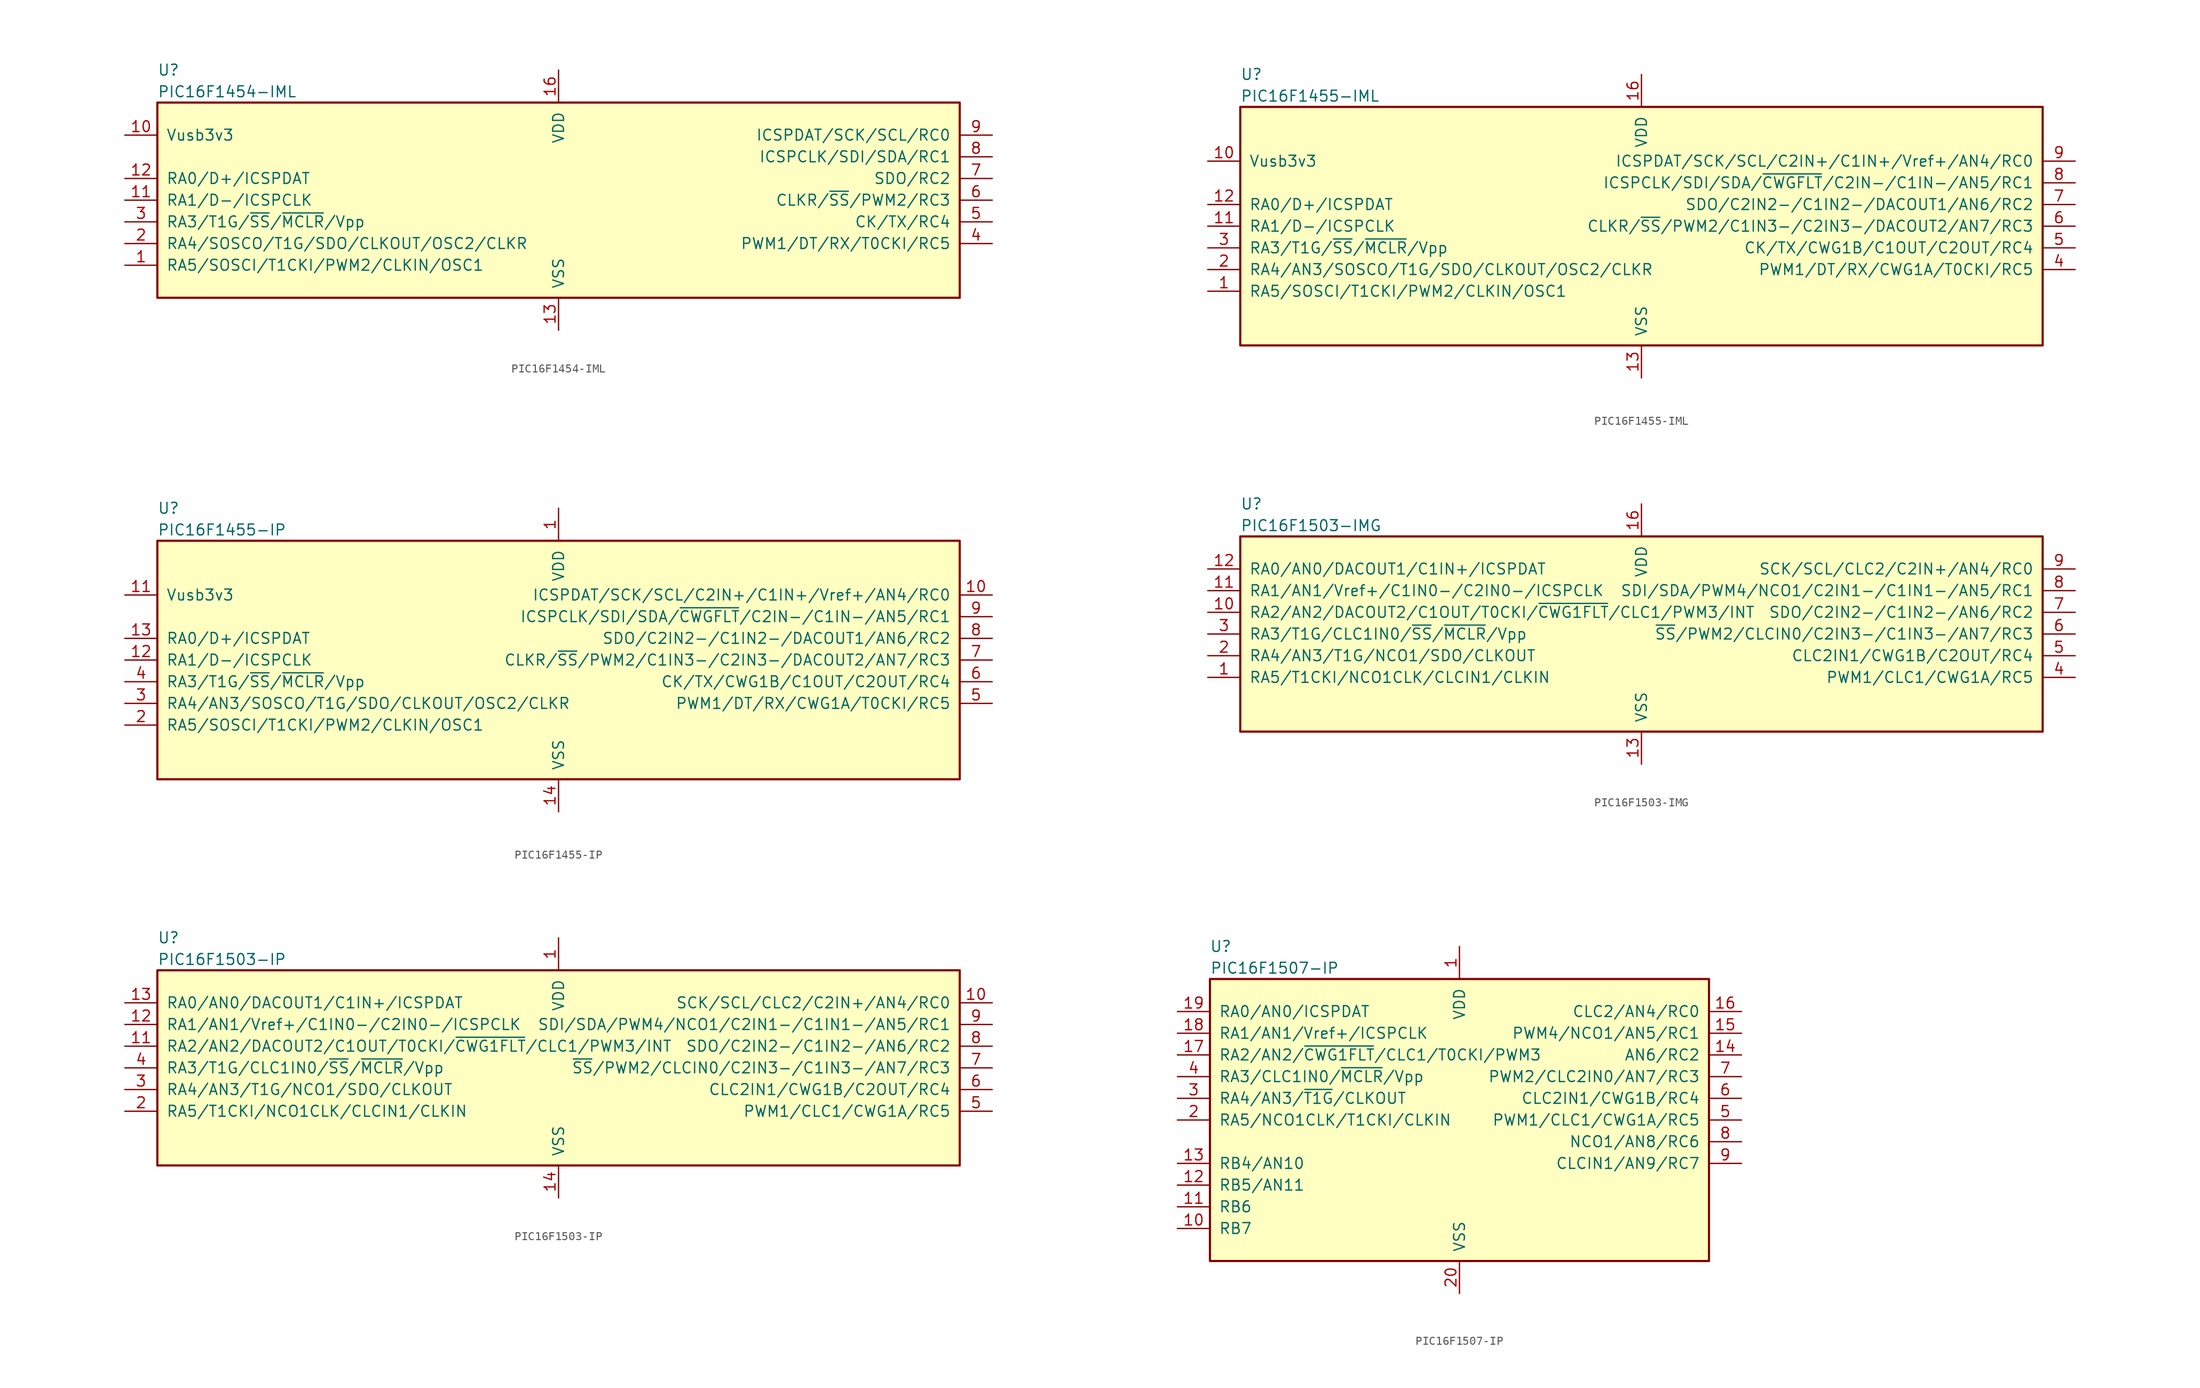
<source format=kicad_sym>
(kicad_symbol_lib
  (version 20211014)
  (generator kicad_symbol_editor)
  (symbol "PIC16F1454-IML"
    (pin_names
      (offset 1.016))
    (property "Reference" "U"
      (at -46.99 15.24 0)
      (effects (font (size 1.27 1.27)) (justify left)))
    (property "Value" "PIC16F1454-IML"
      (at -46.99 12.7 0)
      (effects (font (size 1.27 1.27)) (justify left)))
    (symbol "PIC16F1454-IML_0_1"
      (rectangle (start -46.99 11.43) (end 46.99 -11.43) (stroke (width 0.254) (type default) (color 0 0 0 0)) (fill (type background))))
    (symbol "PIC16F1454-IML_1_1"
      (pin bidirectional line (at -50.8 -7.62 0) (length 3.81) (name "RA5/SOSCI/T1CKI/PWM2/CLKIN/OSC1" (effects (font (size 1.27 1.27)))) (number "1" (effects (font (size 1.27 1.27)))))
      (pin bidirectional line (at -50.8 7.62 0) (length 3.81) (name "Vusb3v3" (effects (font (size 1.27 1.27)))) (number "10" (effects (font (size 1.27 1.27)))))
      (pin bidirectional line (at -50.8 0 0) (length 3.81) (name "RA1/D-/ICSPCLK" (effects (font (size 1.27 1.27)))) (number "11" (effects (font (size 1.27 1.27)))))
      (pin bidirectional line (at -50.8 2.54 0) (length 3.81) (name "RA0/D+/ICSPDAT" (effects (font (size 1.27 1.27)))) (number "12" (effects (font (size 1.27 1.27)))))
      (pin power_in line (at 0 -15.24 90) (length 3.81) (name "VSS" (effects (font (size 1.27 1.27)))) (number "13" (effects (font (size 1.27 1.27)))))
      (pin power_in line (at 0 15.24 270) (length 3.81) (name "VDD" (effects (font (size 1.27 1.27)))) (number "16" (effects (font (size 1.27 1.27)))))
      (pin bidirectional line (at -50.8 -5.08 0) (length 3.81) (name "RA4/SOSCO/T1G/SDO/CLKOUT/OSC2/CLKR" (effects (font (size 1.27 1.27)))) (number "2" (effects (font (size 1.27 1.27)))))
      (pin input line (at -50.8 -2.54 0) (length 3.81) (name "RA3/T1G/~{SS}/~{MCLR}/Vpp" (effects (font (size 1.27 1.27)))) (number "3" (effects (font (size 1.27 1.27)))))
      (pin bidirectional line (at 50.8 -5.08 180) (length 3.81) (name "PWM1/DT/RX/T0CKI/RC5" (effects (font (size 1.27 1.27)))) (number "4" (effects (font (size 1.27 1.27)))))
      (pin bidirectional line (at 50.8 -2.54 180) (length 3.81) (name "CK/TX/RC4" (effects (font (size 1.27 1.27)))) (number "5" (effects (font (size 1.27 1.27)))))
      (pin bidirectional line (at 50.8 0 180) (length 3.81) (name "CLKR/~{SS}/PWM2/RC3" (effects (font (size 1.27 1.27)))) (number "6" (effects (font (size 1.27 1.27)))))
      (pin bidirectional line (at 50.8 2.54 180) (length 3.81) (name "SDO/RC2" (effects (font (size 1.27 1.27)))) (number "7" (effects (font (size 1.27 1.27)))))
      (pin bidirectional line (at 50.8 5.08 180) (length 3.81) (name "ICSPCLK/SDI/SDA/RC1" (effects (font (size 1.27 1.27)))) (number "8" (effects (font (size 1.27 1.27)))))
      (pin bidirectional line (at 50.8 7.62 180) (length 3.81) (name "ICSPDAT/SCK/SCL/RC0" (effects (font (size 1.27 1.27)))) (number "9" (effects (font (size 1.27 1.27)))))))
  (symbol "PIC16F1455-IML"
    (pin_names
      (offset 1.016))
    (property "Reference" "U"
      (at -46.99 17.78 0)
      (effects (font (size 1.27 1.27)) (justify left)))
    (property "Value" "PIC16F1455-IML"
      (at -46.99 15.24 0)
      (effects (font (size 1.27 1.27)) (justify left)))
    (symbol "PIC16F1455-IML_0_1"
      (rectangle (start -46.99 13.97) (end 46.99 -13.97) (stroke (width 0.254) (type default) (color 0 0 0 0)) (fill (type background))))
    (symbol "PIC16F1455-IML_1_1"
      (pin bidirectional line (at -50.8 -7.62 0) (length 3.81) (name "RA5/SOSCI/T1CKI/PWM2/CLKIN/OSC1" (effects (font (size 1.27 1.27)))) (number "1" (effects (font (size 1.27 1.27)))))
      (pin bidirectional line (at -50.8 7.62 0) (length 3.81) (name "Vusb3v3" (effects (font (size 1.27 1.27)))) (number "10" (effects (font (size 1.27 1.27)))))
      (pin bidirectional line (at -50.8 0 0) (length 3.81) (name "RA1/D-/ICSPCLK" (effects (font (size 1.27 1.27)))) (number "11" (effects (font (size 1.27 1.27)))))
      (pin bidirectional line (at -50.8 2.54 0) (length 3.81) (name "RA0/D+/ICSPDAT" (effects (font (size 1.27 1.27)))) (number "12" (effects (font (size 1.27 1.27)))))
      (pin power_in line (at 0 -17.78 90) (length 3.81) (name "VSS" (effects (font (size 1.27 1.27)))) (number "13" (effects (font (size 1.27 1.27)))))
      (pin power_in line (at 0 17.78 270) (length 3.81) (name "VDD" (effects (font (size 1.27 1.27)))) (number "16" (effects (font (size 1.27 1.27)))))
      (pin bidirectional line (at -50.8 -5.08 0) (length 3.81) (name "RA4/AN3/SOSCO/T1G/SDO/CLKOUT/OSC2/CLKR" (effects (font (size 1.27 1.27)))) (number "2" (effects (font (size 1.27 1.27)))))
      (pin input line (at -50.8 -2.54 0) (length 3.81) (name "RA3/T1G/~{SS}/~{MCLR}/Vpp" (effects (font (size 1.27 1.27)))) (number "3" (effects (font (size 1.27 1.27)))))
      (pin bidirectional line (at 50.8 -5.08 180) (length 3.81) (name "PWM1/DT/RX/CWG1A/T0CKI/RC5" (effects (font (size 1.27 1.27)))) (number "4" (effects (font (size 1.27 1.27)))))
      (pin bidirectional line (at 50.8 -2.54 180) (length 3.81) (name "CK/TX/CWG1B/C1OUT/C2OUT/RC4" (effects (font (size 1.27 1.27)))) (number "5" (effects (font (size 1.27 1.27)))))
      (pin bidirectional line (at 50.8 0 180) (length 3.81) (name "CLKR/~{SS}/PWM2/C1IN3-/C2IN3-/DACOUT2/AN7/RC3" (effects (font (size 1.27 1.27)))) (number "6" (effects (font (size 1.27 1.27)))))
      (pin bidirectional line (at 50.8 2.54 180) (length 3.81) (name "SDO/C2IN2-/C1IN2-/DACOUT1/AN6/RC2" (effects (font (size 1.27 1.27)))) (number "7" (effects (font (size 1.27 1.27)))))
      (pin bidirectional line (at 50.8 5.08 180) (length 3.81) (name "ICSPCLK/SDI/SDA/~{CWGFLT}/C2IN-/C1IN-/AN5/RC1" (effects (font (size 1.27 1.27)))) (number "8" (effects (font (size 1.27 1.27)))))
      (pin bidirectional line (at 50.8 7.62 180) (length 3.81) (name "ICSPDAT/SCK/SCL/C2IN+/C1IN+/Vref+/AN4/RC0" (effects (font (size 1.27 1.27)))) (number "9" (effects (font (size 1.27 1.27)))))))
  (symbol "PIC16F1455-IP"
    (pin_names
      (offset 1.016))
    (property "Reference" "U"
      (at -46.99 17.78 0)
      (effects (font (size 1.27 1.27)) (justify left)))
    (property "Value" "PIC16F1455-IP"
      (at -46.99 15.24 0)
      (effects (font (size 1.27 1.27)) (justify left)))
    (symbol "PIC16F1455-IP_0_1"
      (rectangle (start -46.99 13.97) (end 46.99 -13.97) (stroke (width 0.254) (type default) (color 0 0 0 0)) (fill (type background))))
    (symbol "PIC16F1455-IP_1_1"
      (pin power_in line (at 0 17.78 270) (length 3.81) (name "VDD" (effects (font (size 1.27 1.27)))) (number "1" (effects (font (size 1.27 1.27)))))
      (pin bidirectional line (at 50.8 7.62 180) (length 3.81) (name "ICSPDAT/SCK/SCL/C2IN+/C1IN+/Vref+/AN4/RC0" (effects (font (size 1.27 1.27)))) (number "10" (effects (font (size 1.27 1.27)))))
      (pin bidirectional line (at -50.8 7.62 0) (length 3.81) (name "Vusb3v3" (effects (font (size 1.27 1.27)))) (number "11" (effects (font (size 1.27 1.27)))))
      (pin bidirectional line (at -50.8 0 0) (length 3.81) (name "RA1/D-/ICSPCLK" (effects (font (size 1.27 1.27)))) (number "12" (effects (font (size 1.27 1.27)))))
      (pin bidirectional line (at -50.8 2.54 0) (length 3.81) (name "RA0/D+/ICSPDAT" (effects (font (size 1.27 1.27)))) (number "13" (effects (font (size 1.27 1.27)))))
      (pin power_in line (at 0 -17.78 90) (length 3.81) (name "VSS" (effects (font (size 1.27 1.27)))) (number "14" (effects (font (size 1.27 1.27)))))
      (pin bidirectional line (at -50.8 -7.62 0) (length 3.81) (name "RA5/SOSCI/T1CKI/PWM2/CLKIN/OSC1" (effects (font (size 1.27 1.27)))) (number "2" (effects (font (size 1.27 1.27)))))
      (pin bidirectional line (at -50.8 -5.08 0) (length 3.81) (name "RA4/AN3/SOSCO/T1G/SDO/CLKOUT/OSC2/CLKR" (effects (font (size 1.27 1.27)))) (number "3" (effects (font (size 1.27 1.27)))))
      (pin input line (at -50.8 -2.54 0) (length 3.81) (name "RA3/T1G/~{SS}/~{MCLR}/Vpp" (effects (font (size 1.27 1.27)))) (number "4" (effects (font (size 1.27 1.27)))))
      (pin bidirectional line (at 50.8 -5.08 180) (length 3.81) (name "PWM1/DT/RX/CWG1A/T0CKI/RC5" (effects (font (size 1.27 1.27)))) (number "5" (effects (font (size 1.27 1.27)))))
      (pin bidirectional line (at 50.8 -2.54 180) (length 3.81) (name "CK/TX/CWG1B/C1OUT/C2OUT/RC4" (effects (font (size 1.27 1.27)))) (number "6" (effects (font (size 1.27 1.27)))))
      (pin bidirectional line (at 50.8 0 180) (length 3.81) (name "CLKR/~{SS}/PWM2/C1IN3-/C2IN3-/DACOUT2/AN7/RC3" (effects (font (size 1.27 1.27)))) (number "7" (effects (font (size 1.27 1.27)))))
      (pin bidirectional line (at 50.8 2.54 180) (length 3.81) (name "SDO/C2IN2-/C1IN2-/DACOUT1/AN6/RC2" (effects (font (size 1.27 1.27)))) (number "8" (effects (font (size 1.27 1.27)))))
      (pin bidirectional line (at 50.8 5.08 180) (length 3.81) (name "ICSPCLK/SDI/SDA/~{CWGFLT}/C2IN-/C1IN-/AN5/RC1" (effects (font (size 1.27 1.27)))) (number "9" (effects (font (size 1.27 1.27)))))))
  (symbol "PIC16F1503-IMG"
    (pin_names
      (offset 1.016))
    (property "Reference" "U"
      (at -46.99 15.24 0)
      (effects (font (size 1.27 1.27)) (justify left)))
    (property "Value" "PIC16F1503-IMG"
      (at -46.99 12.7 0)
      (effects (font (size 1.27 1.27)) (justify left)))
    (symbol "PIC16F1503-IMG_0_1"
      (rectangle (start -46.99 11.43) (end 46.99 -11.43) (stroke (width 0.254) (type default) (color 0 0 0 0)) (fill (type background))))
    (symbol "PIC16F1503-IMG_1_1"
      (pin bidirectional line (at -50.8 -5.08 0) (length 3.81) (name "RA5/T1CKI/NCO1CLK/CLCIN1/CLKIN" (effects (font (size 1.27 1.27)))) (number "1" (effects (font (size 1.27 1.27)))))
      (pin bidirectional line (at -50.8 2.54 0) (length 3.81) (name "RA2/AN2/DACOUT2/C1OUT/T0CKI/~{CWG1FLT}/CLC1/PWM3/INT" (effects (font (size 1.27 1.27)))) (number "10" (effects (font (size 1.27 1.27)))))
      (pin bidirectional line (at -50.8 5.08 0) (length 3.81) (name "RA1/AN1/Vref+/C1IN0-/C2IN0-/ICSPCLK" (effects (font (size 1.27 1.27)))) (number "11" (effects (font (size 1.27 1.27)))))
      (pin bidirectional line (at -50.8 7.62 0) (length 3.81) (name "RA0/AN0/DACOUT1/C1IN+/ICSPDAT" (effects (font (size 1.27 1.27)))) (number "12" (effects (font (size 1.27 1.27)))))
      (pin power_in line (at 0 -15.24 90) (length 3.81) (name "VSS" (effects (font (size 1.27 1.27)))) (number "13" (effects (font (size 1.27 1.27)))))
      (pin power_in line (at 0 15.24 270) (length 3.81) (name "VDD" (effects (font (size 1.27 1.27)))) (number "16" (effects (font (size 1.27 1.27)))))
      (pin bidirectional line (at -50.8 -2.54 0) (length 3.81) (name "RA4/AN3/T1G/NCO1/SDO/CLKOUT" (effects (font (size 1.27 1.27)))) (number "2" (effects (font (size 1.27 1.27)))))
      (pin input line (at -50.8 0 0) (length 3.81) (name "RA3/T1G/CLC1IN0/~{SS}/~{MCLR}/Vpp" (effects (font (size 1.27 1.27)))) (number "3" (effects (font (size 1.27 1.27)))))
      (pin bidirectional line (at 50.8 -5.08 180) (length 3.81) (name "PWM1/CLC1/CWG1A/RC5" (effects (font (size 1.27 1.27)))) (number "4" (effects (font (size 1.27 1.27)))))
      (pin bidirectional line (at 50.8 -2.54 180) (length 3.81) (name "CLC2IN1/CWG1B/C2OUT/RC4" (effects (font (size 1.27 1.27)))) (number "5" (effects (font (size 1.27 1.27)))))
      (pin bidirectional line (at 50.8 0 180) (length 3.81) (name "~{SS}/PWM2/CLCIN0/C2IN3-/C1IN3-/AN7/RC3" (effects (font (size 1.27 1.27)))) (number "6" (effects (font (size 1.27 1.27)))))
      (pin bidirectional line (at 50.8 2.54 180) (length 3.81) (name "SDO/C2IN2-/C1IN2-/AN6/RC2" (effects (font (size 1.27 1.27)))) (number "7" (effects (font (size 1.27 1.27)))))
      (pin bidirectional line (at 50.8 5.08 180) (length 3.81) (name "SDI/SDA/PWM4/NCO1/C2IN1-/C1IN1-/AN5/RC1" (effects (font (size 1.27 1.27)))) (number "8" (effects (font (size 1.27 1.27)))))
      (pin bidirectional line (at 50.8 7.62 180) (length 3.81) (name "SCK/SCL/CLC2/C2IN+/AN4/RC0" (effects (font (size 1.27 1.27)))) (number "9" (effects (font (size 1.27 1.27)))))))
  (symbol "PIC16F1503-IP"
    (pin_names
      (offset 1.016))
    (property "Reference" "U"
      (at -46.99 15.24 0)
      (effects (font (size 1.27 1.27)) (justify left)))
    (property "Value" "PIC16F1503-IP"
      (at -46.99 12.7 0)
      (effects (font (size 1.27 1.27)) (justify left)))
    (symbol "PIC16F1503-IP_0_1"
      (rectangle (start -46.99 11.43) (end 46.99 -11.43) (stroke (width 0.254) (type default) (color 0 0 0 0)) (fill (type background))))
    (symbol "PIC16F1503-IP_1_1"
      (pin power_in line (at 0 15.24 270) (length 3.81) (name "VDD" (effects (font (size 1.27 1.27)))) (number "1" (effects (font (size 1.27 1.27)))))
      (pin bidirectional line (at 50.8 7.62 180) (length 3.81) (name "SCK/SCL/CLC2/C2IN+/AN4/RC0" (effects (font (size 1.27 1.27)))) (number "10" (effects (font (size 1.27 1.27)))))
      (pin bidirectional line (at -50.8 2.54 0) (length 3.81) (name "RA2/AN2/DACOUT2/C1OUT/T0CKI/~{CWG1FLT}/CLC1/PWM3/INT" (effects (font (size 1.27 1.27)))) (number "11" (effects (font (size 1.27 1.27)))))
      (pin bidirectional line (at -50.8 5.08 0) (length 3.81) (name "RA1/AN1/Vref+/C1IN0-/C2IN0-/ICSPCLK" (effects (font (size 1.27 1.27)))) (number "12" (effects (font (size 1.27 1.27)))))
      (pin bidirectional line (at -50.8 7.62 0) (length 3.81) (name "RA0/AN0/DACOUT1/C1IN+/ICSPDAT" (effects (font (size 1.27 1.27)))) (number "13" (effects (font (size 1.27 1.27)))))
      (pin power_in line (at 0 -15.24 90) (length 3.81) (name "VSS" (effects (font (size 1.27 1.27)))) (number "14" (effects (font (size 1.27 1.27)))))
      (pin bidirectional line (at -50.8 -5.08 0) (length 3.81) (name "RA5/T1CKI/NCO1CLK/CLCIN1/CLKIN" (effects (font (size 1.27 1.27)))) (number "2" (effects (font (size 1.27 1.27)))))
      (pin bidirectional line (at -50.8 -2.54 0) (length 3.81) (name "RA4/AN3/T1G/NCO1/SDO/CLKOUT" (effects (font (size 1.27 1.27)))) (number "3" (effects (font (size 1.27 1.27)))))
      (pin input line (at -50.8 0 0) (length 3.81) (name "RA3/T1G/CLC1IN0/~{SS}/~{MCLR}/Vpp" (effects (font (size 1.27 1.27)))) (number "4" (effects (font (size 1.27 1.27)))))
      (pin bidirectional line (at 50.8 -5.08 180) (length 3.81) (name "PWM1/CLC1/CWG1A/RC5" (effects (font (size 1.27 1.27)))) (number "5" (effects (font (size 1.27 1.27)))))
      (pin bidirectional line (at 50.8 -2.54 180) (length 3.81) (name "CLC2IN1/CWG1B/C2OUT/RC4" (effects (font (size 1.27 1.27)))) (number "6" (effects (font (size 1.27 1.27)))))
      (pin bidirectional line (at 50.8 0 180) (length 3.81) (name "~{SS}/PWM2/CLCIN0/C2IN3-/C1IN3-/AN7/RC3" (effects (font (size 1.27 1.27)))) (number "7" (effects (font (size 1.27 1.27)))))
      (pin bidirectional line (at 50.8 2.54 180) (length 3.81) (name "SDO/C2IN2-/C1IN2-/AN6/RC2" (effects (font (size 1.27 1.27)))) (number "8" (effects (font (size 1.27 1.27)))))
      (pin bidirectional line (at 50.8 5.08 180) (length 3.81) (name "SDI/SDA/PWM4/NCO1/C2IN1-/C1IN1-/AN5/RC1" (effects (font (size 1.27 1.27)))) (number "9" (effects (font (size 1.27 1.27)))))))
  (symbol "PIC16F1507-IP"
    (pin_names
      (offset 1.016))
    (property "Reference" "U"
      (at -27.94 20.32 0)
      (effects (font (size 1.27 1.27))))
    (property "Value" "PIC16F1507-IP"
      (at -29.21 17.78 0)
      (effects (font (size 1.27 1.27)) (justify left)))
    (symbol "PIC16F1507-IP_0_1"
      (rectangle (start -29.21 16.51) (end 29.21 -16.51) (stroke (width 0.254) (type default) (color 0 0 0 0)) (fill (type background))))
    (symbol "PIC16F1507-IP_1_1"
      (pin power_in line (at 0 20.32 270) (length 3.81) (name "VDD" (effects (font (size 1.27 1.27)))) (number "1" (effects (font (size 1.27 1.27)))))
      (pin bidirectional line (at -33.02 -12.7 0) (length 3.81) (name "RB7" (effects (font (size 1.27 1.27)))) (number "10" (effects (font (size 1.27 1.27)))))
      (pin bidirectional line (at -33.02 -10.16 0) (length 3.81) (name "RB6" (effects (font (size 1.27 1.27)))) (number "11" (effects (font (size 1.27 1.27)))))
      (pin bidirectional line (at -33.02 -7.62 0) (length 3.81) (name "RB5/AN11" (effects (font (size 1.27 1.27)))) (number "12" (effects (font (size 1.27 1.27)))))
      (pin bidirectional line (at -33.02 -5.08 0) (length 3.81) (name "RB4/AN10" (effects (font (size 1.27 1.27)))) (number "13" (effects (font (size 1.27 1.27)))))
      (pin bidirectional line (at 33.02 7.62 180) (length 3.81) (name "AN6/RC2" (effects (font (size 1.27 1.27)))) (number "14" (effects (font (size 1.27 1.27)))))
      (pin bidirectional line (at 33.02 10.16 180) (length 3.81) (name "PWM4/NCO1/AN5/RC1" (effects (font (size 1.27 1.27)))) (number "15" (effects (font (size 1.27 1.27)))))
      (pin bidirectional line (at 33.02 12.7 180) (length 3.81) (name "CLC2/AN4/RC0" (effects (font (size 1.27 1.27)))) (number "16" (effects (font (size 1.27 1.27)))))
      (pin bidirectional line (at -33.02 7.62 0) (length 3.81) (name "RA2/AN2/~{CWG1FLT}/CLC1/T0CKI/PWM3" (effects (font (size 1.27 1.27)))) (number "17" (effects (font (size 1.27 1.27)))))
      (pin bidirectional line (at -33.02 10.16 0) (length 3.81) (name "RA1/AN1/Vref+/ICSPCLK" (effects (font (size 1.27 1.27)))) (number "18" (effects (font (size 1.27 1.27)))))
      (pin bidirectional line (at -33.02 12.7 0) (length 3.81) (name "RA0/AN0/ICSPDAT" (effects (font (size 1.27 1.27)))) (number "19" (effects (font (size 1.27 1.27)))))
      (pin bidirectional line (at -33.02 0 0) (length 3.81) (name "RA5/NCO1CLK/T1CKI/CLKIN" (effects (font (size 1.27 1.27)))) (number "2" (effects (font (size 1.27 1.27)))))
      (pin power_in line (at 0 -20.32 90) (length 3.81) (name "VSS" (effects (font (size 1.27 1.27)))) (number "20" (effects (font (size 1.27 1.27)))))
      (pin bidirectional line (at -33.02 2.54 0) (length 3.81) (name "RA4/AN3/~{T1G}/CLKOUT" (effects (font (size 1.27 1.27)))) (number "3" (effects (font (size 1.27 1.27)))))
      (pin input line (at -33.02 5.08 0) (length 3.81) (name "RA3/CLC1IN0/~{MCLR}/Vpp" (effects (font (size 1.27 1.27)))) (number "4" (effects (font (size 1.27 1.27)))))
      (pin bidirectional line (at 33.02 0 180) (length 3.81) (name "PWM1/CLC1/CWG1A/RC5" (effects (font (size 1.27 1.27)))) (number "5" (effects (font (size 1.27 1.27)))))
      (pin bidirectional line (at 33.02 2.54 180) (length 3.81) (name "CLC2IN1/CWG1B/RC4" (effects (font (size 1.27 1.27)))) (number "6" (effects (font (size 1.27 1.27)))))
      (pin bidirectional line (at 33.02 5.08 180) (length 3.81) (name "PWM2/CLC2IN0/AN7/RC3" (effects (font (size 1.27 1.27)))) (number "7" (effects (font (size 1.27 1.27)))))
      (pin bidirectional line (at 33.02 -2.54 180) (length 3.81) (name "NCO1/AN8/RC6" (effects (font (size 1.27 1.27)))) (number "8" (effects (font (size 1.27 1.27)))))
      (pin bidirectional line (at 33.02 -5.08 180) (length 3.81) (name "CLCIN1/AN9/RC7" (effects (font (size 1.27 1.27)))) (number "9" (effects (font (size 1.27 1.27))))))))
</source>
